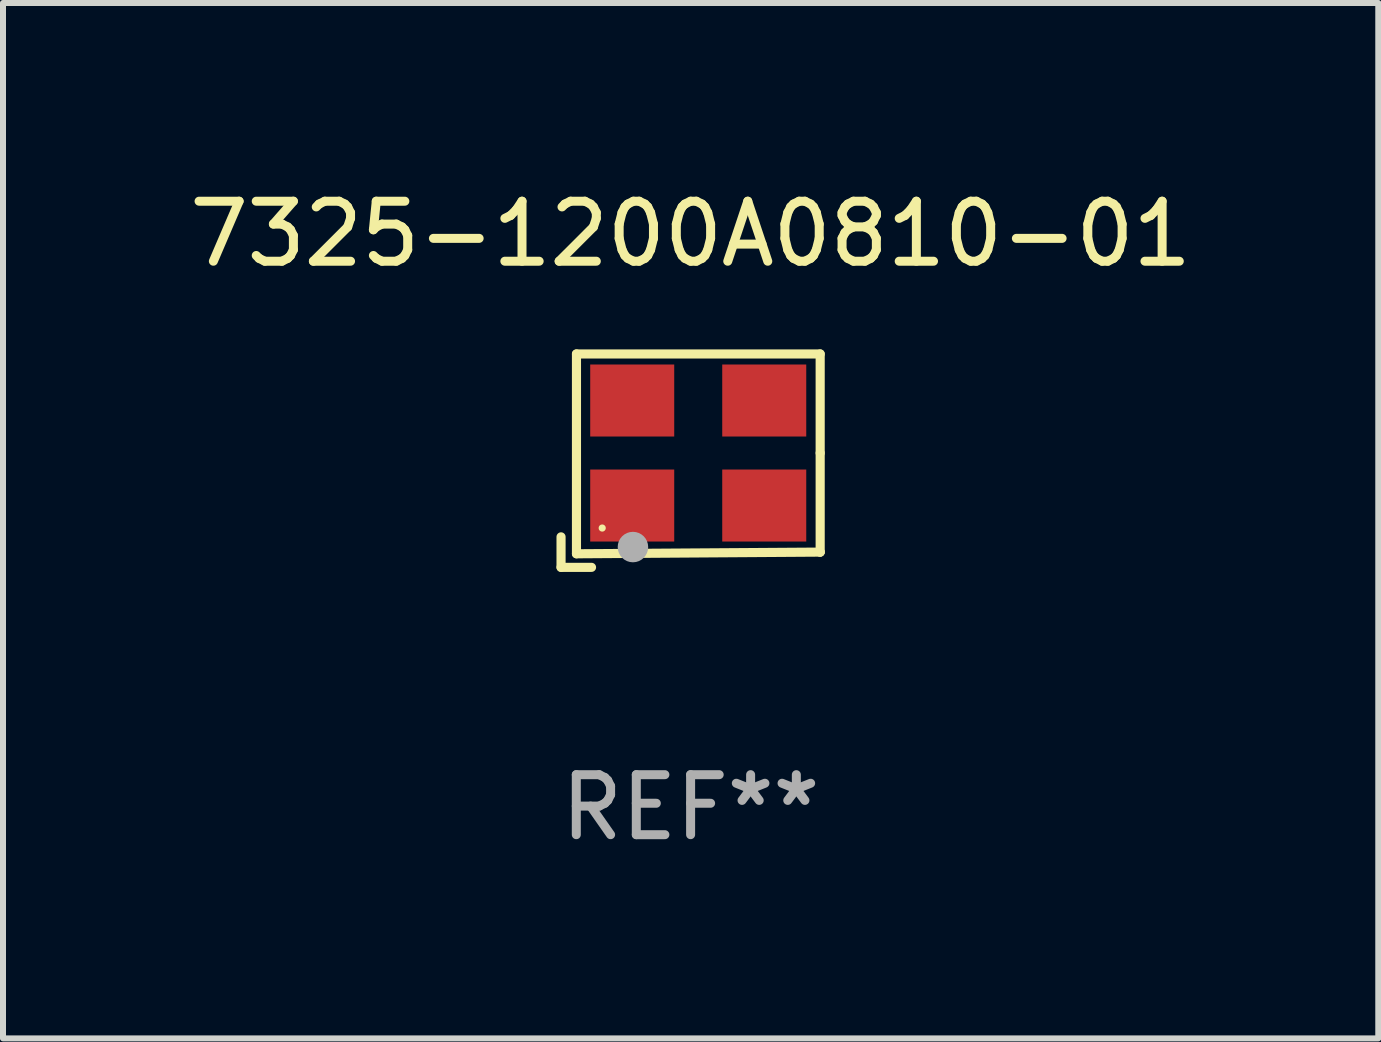
<source format=kicad_pcb>
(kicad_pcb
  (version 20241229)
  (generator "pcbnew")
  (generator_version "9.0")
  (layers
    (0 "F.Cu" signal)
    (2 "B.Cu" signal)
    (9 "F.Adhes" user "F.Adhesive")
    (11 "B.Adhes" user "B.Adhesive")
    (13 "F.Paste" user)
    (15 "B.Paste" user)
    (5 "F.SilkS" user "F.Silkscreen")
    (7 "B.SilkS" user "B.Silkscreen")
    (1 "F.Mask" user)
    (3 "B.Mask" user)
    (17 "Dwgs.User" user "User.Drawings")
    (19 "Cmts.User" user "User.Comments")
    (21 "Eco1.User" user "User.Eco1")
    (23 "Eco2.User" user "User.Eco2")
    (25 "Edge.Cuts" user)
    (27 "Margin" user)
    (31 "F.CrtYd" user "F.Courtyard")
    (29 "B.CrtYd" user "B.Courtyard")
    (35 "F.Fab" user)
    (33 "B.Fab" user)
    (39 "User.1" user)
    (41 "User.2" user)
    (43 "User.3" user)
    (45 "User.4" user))
  (footprint "7325-1200A0810-01"
    (layer "F.Cu")
    (at 8.458 4.626)
    (property "Reference" "7325-1200A0810-01" (at 0 -3.778 0) (layer "F.SilkS") (effects (font (size 1 1) (thickness 0.15))))
    (attr through_hole)
    (fp_line (start -2.159 1.27) (end -2.159 1.778) (stroke (width 0.152) (type solid)) (layer "F.SilkS"))
    (fp_line (start -2.159 1.778) (end -1.651 1.778) (stroke (width 0.152) (type solid)) (layer "F.SilkS"))
    (fp_line (start -1.902 -1.778) (end 2.159 -1.778) (stroke (width 0.152) (type solid)) (layer "F.SilkS"))
    (fp_line (start -1.902 1.552) (end -1.902 -1.778) (stroke (width 0.152) (type solid)) (layer "F.SilkS"))
    (fp_line (start 2.159 -1.778) (end 2.159 -0.127) (stroke (width 0.152) (type solid)) (layer "F.SilkS"))
    (fp_line (start 2.159 -0.127) (end 2.159 1.524) (stroke (width 0.152) (type solid)) (layer "F.SilkS"))
    (fp_line (start 2.159 1.524) (end -1.902 1.552) (stroke (width 0.152) (type solid)) (layer "F.SilkS"))
    (fp_line (start 2.159 1.524) (end 2.159 1.524) (stroke (width 0.152) (type solid)) (layer "F.SilkS"))
    (fp_circle (center -1.473 1.123) (end -1.443 1.123) (stroke (width 0.06) (type solid)) (fill no) (layer "F.SilkS"))
    (fp_circle (center -0.961 1.44) (end -0.834 1.44) (stroke (width 0.254) (type solid)) (fill no) (layer "F.Fab"))
    (fp_text user "REF**" (at 0 5.778 0) (layer "F.Fab") (effects (font (size 1 1) (thickness 0.15))))
    (pad "1" smd rect (at -0.973 0.748) (size 1.4 1.2) (layers "F.Cu" "F.Mask" "F.Paste"))
    (pad "2" smd rect (at 1.227 0.748) (size 1.4 1.2) (layers "F.Cu" "F.Mask" "F.Paste"))
    (pad "3" smd rect (at 1.227 -1.002) (size 1.4 1.2) (layers "F.Cu" "F.Mask" "F.Paste"))
    (pad "4" smd rect (at -0.973 -1.002) (size 1.4 1.2) (layers "F.Cu" "F.Mask" "F.Paste")))
  (gr_rect
    (start -3 -3)
    (end 19.917 14.253)
    (stroke (width 0.1) (type default))
    (fill no)
    (layer "Edge.Cuts")))
</source>
